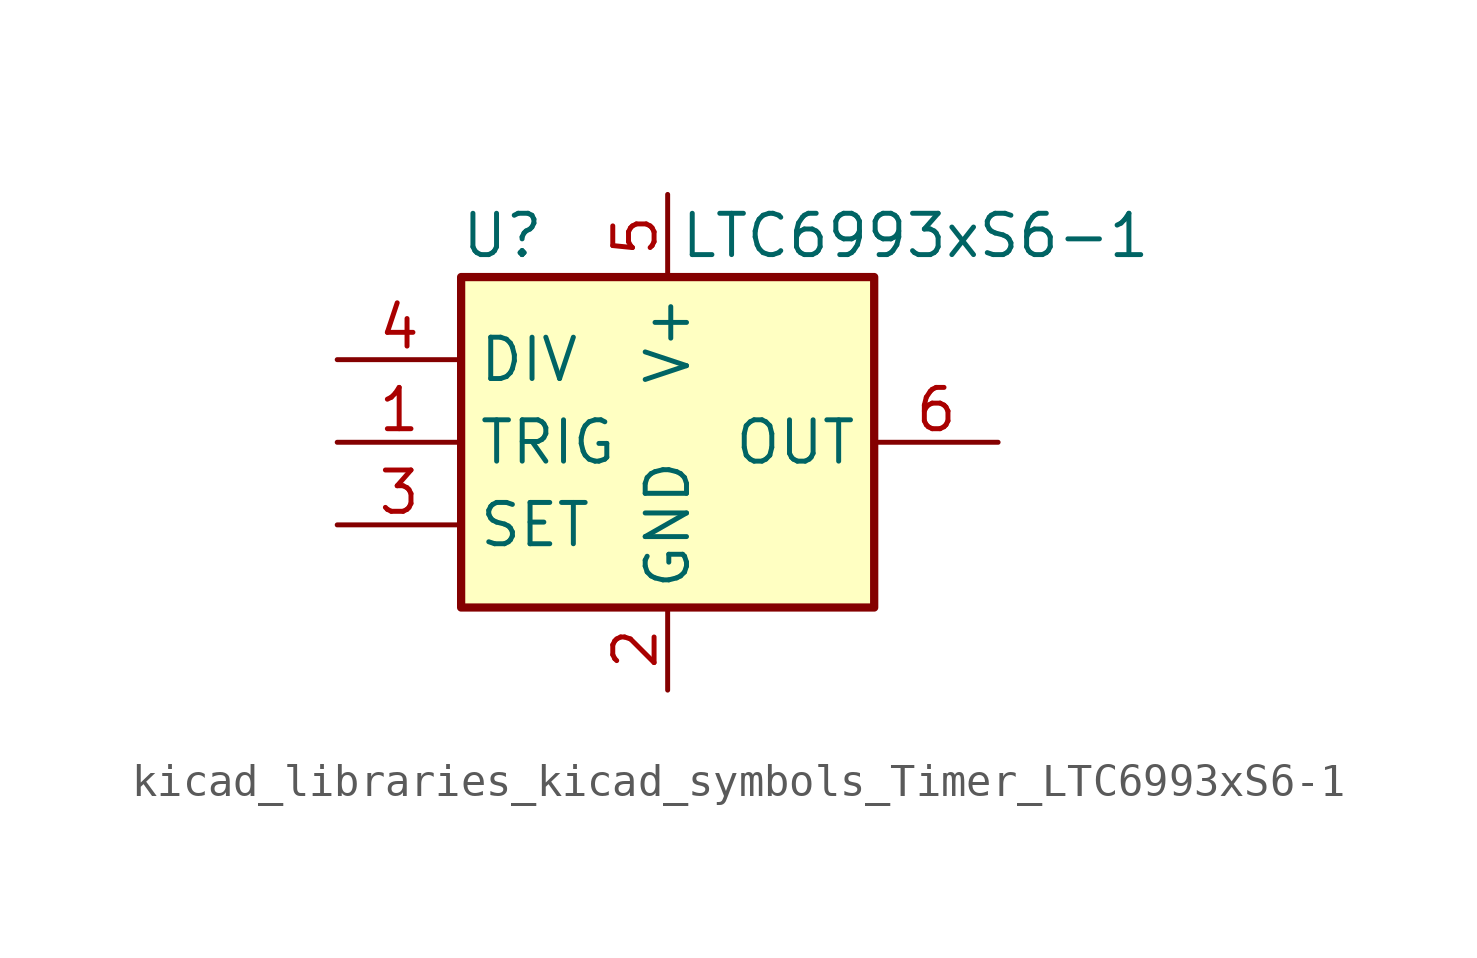
<source format=kicad_sym>
(kicad_symbol_lib
  (version 20220914)
  (generator kicad_symbol_editor)
  (symbol "kicad_libraries_kicad_symbols_Timer_LTC6993xS6-1"
    (property "Reference" "U"
      (at -5.08 6.35 0)
      (effects (font (size 1.27 1.27))))
    (property "Value" "LTC6993xS6-1"
      (at 7.62 6.35 0)
      (effects (font (size 1.27 1.27))))
    (symbol "kicad_libraries_kicad_symbols_Timer_LTC6993xS6-1_0_1"
      (rectangle (start -6.35 5.08) (end 6.35 -5.08) (stroke (width 0.254) (type default)) (fill (type background))))
    (symbol "kicad_libraries_kicad_symbols_Timer_LTC6993xS6-1_1_1"
      (pin input line (at -10.16 0 0) (length 3.81) (name "TRIG" (effects (font (size 1.27 1.27)))) (number "1" (effects (font (size 1.27 1.27)))))
      (pin power_in line (at 0 -7.62 90) (length 2.54) (name "GND" (effects (font (size 1.27 1.27)))) (number "2" (effects (font (size 1.27 1.27)))))
      (pin passive line (at -10.16 -2.54 0) (length 3.81) (name "SET" (effects (font (size 1.27 1.27)))) (number "3" (effects (font (size 1.27 1.27)))))
      (pin input line (at -10.16 2.54 0) (length 3.81) (name "DIV" (effects (font (size 1.27 1.27)))) (number "4" (effects (font (size 1.27 1.27)))))
      (pin power_in line (at 0 7.62 270) (length 2.54) (name "V+" (effects (font (size 1.27 1.27)))) (number "5" (effects (font (size 1.27 1.27)))))
      (pin output line (at 10.16 0 180) (length 3.81) (name "OUT" (effects (font (size 1.27 1.27)))) (number "6" (effects (font (size 1.27 1.27))))))))
</source>
